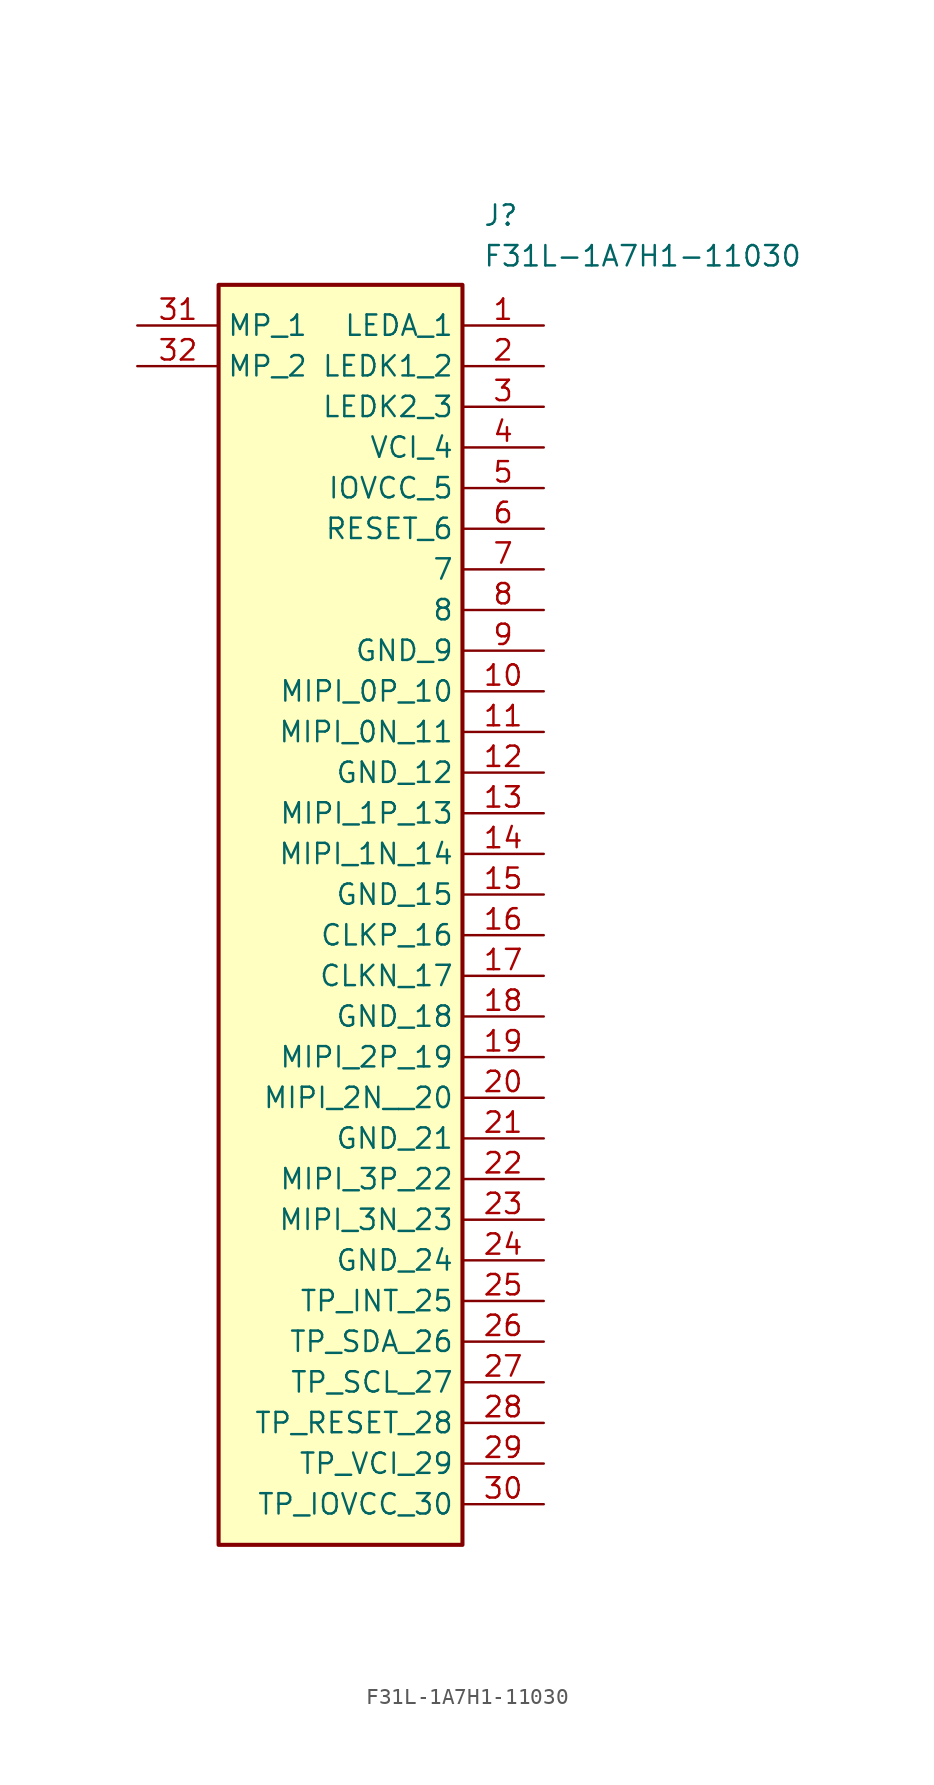
<source format=kicad_sym>
(kicad_symbol_lib
  (version 20241209)
  (generator "kicad_symbol_editor")
  (generator_version "9.0")
  (symbol "F31L-1A7H1-11030"
    (property "Reference" "J"
      (at 21.59 7.62 0)
      (effects (font (size 1.27 1.27)) (justify left top)))
    (property "Value" "F31L-1A7H1-11030"
      (at 21.59 5.08 0)
      (effects (font (size 1.27 1.27)) (justify left top)))
    (symbol "F31L-1A7H1-11030_1_1"
      (rectangle (start 5.08 2.54) (end 20.32 -76.2) (stroke (width 0.254) (type default)) (fill (type background)))
      (pin passive line (at 0 0 0) (length 5.08) (name "MP_1" (effects (font (size 1.27 1.27)))) (number "31" (effects (font (size 1.27 1.27)))))
      (pin passive line (at 0 -2.54 0) (length 5.08) (name "MP_2" (effects (font (size 1.27 1.27)))) (number "32" (effects (font (size 1.27 1.27)))))
      (pin passive line (at 25.4 0 180) (length 5.08) (name "LEDA_1" (effects (font (size 1.27 1.27)))) (number "1" (effects (font (size 1.27 1.27)))))
      (pin passive line (at 25.4 -2.54 180) (length 5.08) (name "LEDK1_2" (effects (font (size 1.27 1.27)))) (number "2" (effects (font (size 1.27 1.27)))))
      (pin passive line (at 25.4 -5.08 180) (length 5.08) (name "LEDK2_3" (effects (font (size 1.27 1.27)))) (number "3" (effects (font (size 1.27 1.27)))))
      (pin passive line (at 25.4 -7.62 180) (length 5.08) (name "VCI_4" (effects (font (size 1.27 1.27)))) (number "4" (effects (font (size 1.27 1.27)))))
      (pin passive line (at 25.4 -10.16 180) (length 5.08) (name "IOVCC_5" (effects (font (size 1.27 1.27)))) (number "5" (effects (font (size 1.27 1.27)))))
      (pin passive line (at 25.4 -12.7 180) (length 5.08) (name "RESET_6" (effects (font (size 1.27 1.27)))) (number "6" (effects (font (size 1.27 1.27)))))
      (pin passive line (at 25.4 -15.24 180) (length 5.08) (name "7" (effects (font (size 1.27 1.27)))) (number "7" (effects (font (size 1.27 1.27)))))
      (pin passive line (at 25.4 -17.78 180) (length 5.08) (name "8" (effects (font (size 1.27 1.27)))) (number "8" (effects (font (size 1.27 1.27)))))
      (pin passive line (at 25.4 -20.32 180) (length 5.08) (name "GND_9" (effects (font (size 1.27 1.27)))) (number "9" (effects (font (size 1.27 1.27)))))
      (pin passive line (at 25.4 -22.86 180) (length 5.08) (name "MIPI_0P_10" (effects (font (size 1.27 1.27)))) (number "10" (effects (font (size 1.27 1.27)))))
      (pin passive line (at 25.4 -25.4 180) (length 5.08) (name "MIPI_0N_11" (effects (font (size 1.27 1.27)))) (number "11" (effects (font (size 1.27 1.27)))))
      (pin passive line (at 25.4 -27.94 180) (length 5.08) (name "GND_12" (effects (font (size 1.27 1.27)))) (number "12" (effects (font (size 1.27 1.27)))))
      (pin passive line (at 25.4 -30.48 180) (length 5.08) (name "MIPI_1P_13" (effects (font (size 1.27 1.27)))) (number "13" (effects (font (size 1.27 1.27)))))
      (pin passive line (at 25.4 -33.02 180) (length 5.08) (name "MIPI_1N_14" (effects (font (size 1.27 1.27)))) (number "14" (effects (font (size 1.27 1.27)))))
      (pin passive line (at 25.4 -35.56 180) (length 5.08) (name "GND_15" (effects (font (size 1.27 1.27)))) (number "15" (effects (font (size 1.27 1.27)))))
      (pin passive line (at 25.4 -38.1 180) (length 5.08) (name "CLKP_16" (effects (font (size 1.27 1.27)))) (number "16" (effects (font (size 1.27 1.27)))))
      (pin passive line (at 25.4 -40.64 180) (length 5.08) (name "CLKN_17" (effects (font (size 1.27 1.27)))) (number "17" (effects (font (size 1.27 1.27)))))
      (pin passive line (at 25.4 -43.18 180) (length 5.08) (name "GND_18" (effects (font (size 1.27 1.27)))) (number "18" (effects (font (size 1.27 1.27)))))
      (pin passive line (at 25.4 -45.72 180) (length 5.08) (name "MIPI_2P_19" (effects (font (size 1.27 1.27)))) (number "19" (effects (font (size 1.27 1.27)))))
      (pin passive line (at 25.4 -48.26 180) (length 5.08) (name "MIPI_2N__20" (effects (font (size 1.27 1.27)))) (number "20" (effects (font (size 1.27 1.27)))))
      (pin passive line (at 25.4 -50.8 180) (length 5.08) (name "GND_21" (effects (font (size 1.27 1.27)))) (number "21" (effects (font (size 1.27 1.27)))))
      (pin passive line (at 25.4 -53.34 180) (length 5.08) (name "MIPI_3P_22" (effects (font (size 1.27 1.27)))) (number "22" (effects (font (size 1.27 1.27)))))
      (pin passive line (at 25.4 -55.88 180) (length 5.08) (name "MIPI_3N_23" (effects (font (size 1.27 1.27)))) (number "23" (effects (font (size 1.27 1.27)))))
      (pin passive line (at 25.4 -58.42 180) (length 5.08) (name "GND_24" (effects (font (size 1.27 1.27)))) (number "24" (effects (font (size 1.27 1.27)))))
      (pin passive line (at 25.4 -60.96 180) (length 5.08) (name "TP_INT_25" (effects (font (size 1.27 1.27)))) (number "25" (effects (font (size 1.27 1.27)))))
      (pin passive line (at 25.4 -63.5 180) (length 5.08) (name "TP_SDA_26" (effects (font (size 1.27 1.27)))) (number "26" (effects (font (size 1.27 1.27)))))
      (pin passive line (at 25.4 -66.04 180) (length 5.08) (name "TP_SCL_27" (effects (font (size 1.27 1.27)))) (number "27" (effects (font (size 1.27 1.27)))))
      (pin passive line (at 25.4 -68.58 180) (length 5.08) (name "TP_RESET_28" (effects (font (size 1.27 1.27)))) (number "28" (effects (font (size 1.27 1.27)))))
      (pin passive line (at 25.4 -71.12 180) (length 5.08) (name "TP_VCI_29" (effects (font (size 1.27 1.27)))) (number "29" (effects (font (size 1.27 1.27)))))
      (pin passive line (at 25.4 -73.66 180) (length 5.08) (name "TP_IOVCC_30" (effects (font (size 1.27 1.27)))) (number "30" (effects (font (size 1.27 1.27))))))))
</source>
